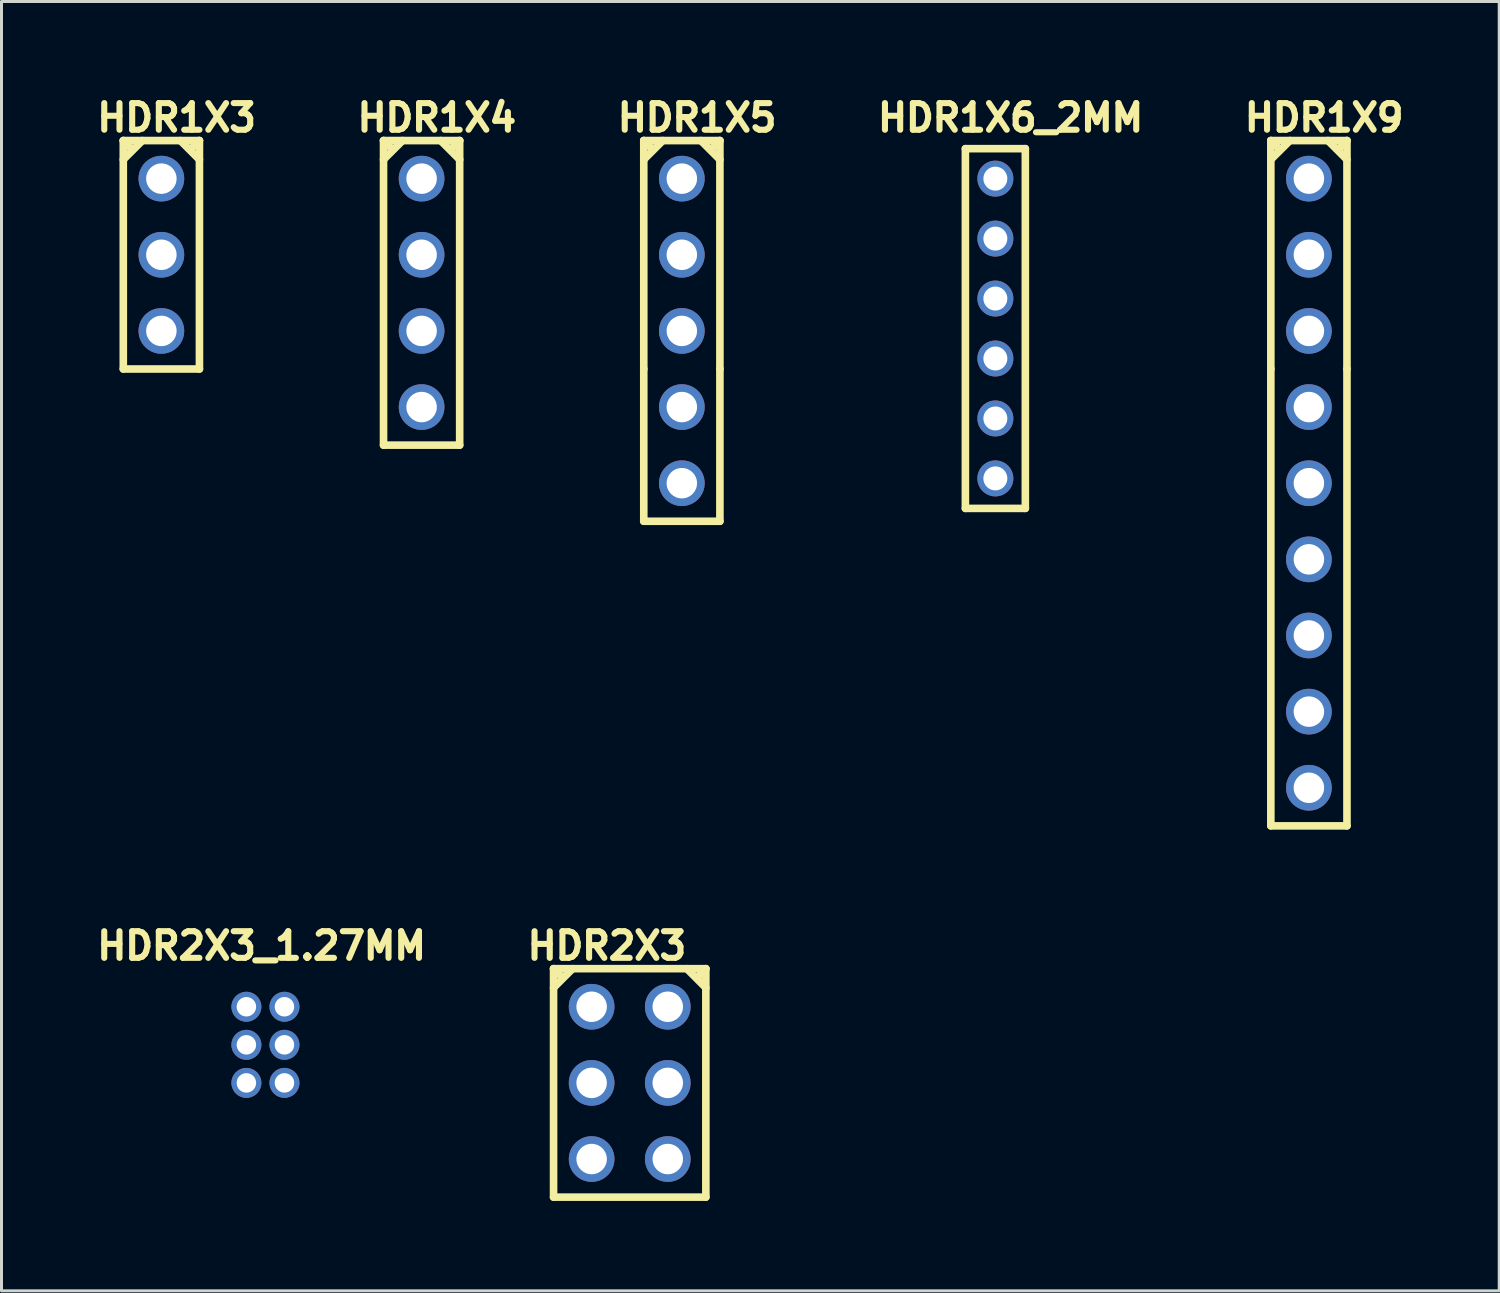
<source format=kicad_pcb>
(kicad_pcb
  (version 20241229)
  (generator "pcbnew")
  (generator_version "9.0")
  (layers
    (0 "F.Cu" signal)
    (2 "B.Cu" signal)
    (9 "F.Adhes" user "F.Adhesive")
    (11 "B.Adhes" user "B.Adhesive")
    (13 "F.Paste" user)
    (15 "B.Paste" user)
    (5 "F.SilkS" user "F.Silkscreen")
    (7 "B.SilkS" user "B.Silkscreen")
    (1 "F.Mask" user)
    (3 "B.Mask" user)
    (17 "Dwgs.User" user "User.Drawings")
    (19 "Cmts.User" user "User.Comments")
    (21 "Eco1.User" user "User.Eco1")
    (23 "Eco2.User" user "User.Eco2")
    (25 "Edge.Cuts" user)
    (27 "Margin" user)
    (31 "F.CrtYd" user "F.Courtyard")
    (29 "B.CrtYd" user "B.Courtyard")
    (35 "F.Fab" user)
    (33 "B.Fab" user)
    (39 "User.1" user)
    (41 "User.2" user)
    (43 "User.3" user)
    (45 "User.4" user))
  (footprint "HDR1X5"
    (layer "F.Cu")
    (at 19.695 2.909)
    (property "Reference" "HDR1X5" (at 0.508 -2.032 0) (layer "F.SilkS") (effects (font (size 0.889 0.889) (thickness 0.203))))
    (attr through_hole)
    (fp_line (start -1.27 -1.27) (end -1.27 6.35) (stroke (width 0.254) (type solid)) (layer "F.SilkS"))
    (fp_line (start -1.27 -1.27) (end -1.016 -1.016) (stroke (width 0.254) (type solid)) (layer "F.SilkS"))
    (fp_line (start -1.27 -0.635) (end -0.635 -1.27) (stroke (width 0.254) (type solid)) (layer "F.SilkS"))
    (fp_line (start -1.27 6.35) (end -1.27 11.43) (stroke (width 0.254) (type solid)) (layer "F.SilkS"))
    (fp_line (start -1.27 11.43) (end 1.27 11.43) (stroke (width 0.254) (type solid)) (layer "F.SilkS"))
    (fp_line (start 0.635 -1.27) (end 1.27 -0.635) (stroke (width 0.254) (type solid)) (layer "F.SilkS"))
    (fp_line (start 1.27 -1.27) (end -1.27 -1.27) (stroke (width 0.254) (type solid)) (layer "F.SilkS"))
    (fp_line (start 1.27 -1.27) (end 1.016 -1.016) (stroke (width 0.254) (type solid)) (layer "F.SilkS"))
    (fp_line (start 1.27 6.35) (end 1.27 -1.27) (stroke (width 0.254) (type solid)) (layer "F.SilkS"))
    (fp_line (start 1.27 11.43) (end 1.27 6.35) (stroke (width 0.254) (type solid)) (layer "F.SilkS"))
    (pad "1" thru_hole circle (at 0 0) (size 1.524 1.524) (drill 1.016) (layers "*.Cu" "*.Mask"))
    (pad "2" thru_hole circle (at 0 2.54) (size 1.524 1.524) (drill 1.016) (layers "*.Cu" "*.Mask"))
    (pad "3" thru_hole circle (at 0 5.08) (size 1.524 1.524) (drill 1.016) (layers "*.Cu" "*.Mask"))
    (pad "4" thru_hole circle (at 0 7.62) (size 1.524 1.524) (drill 1.016) (layers "*.Cu" "*.Mask"))
    (pad "5" thru_hole circle (at 0 10.16) (size 1.524 1.524) (drill 1.016) (layers "*.Cu" "*.Mask")))
  (footprint "HDR2X3_1.27MM"
    (layer "F.Cu")
    (at 5.169 30.534)
    (property "Reference" "HDR2X3_1.27MM" (at 0.508 -2.032 0) (layer "F.SilkS") (effects (font (size 0.889 0.889) (thickness 0.203))))
    (attr through_hole)
    (pad "1" thru_hole circle (at 0 0) (size 1 1) (drill 0.65) (layers "*.Cu" "*.Mask"))
    (pad "2" thru_hole circle (at 1.27 0) (size 1 1) (drill 0.65) (layers "*.Cu" "*.Mask"))
    (pad "3" thru_hole circle (at 0 1.27) (size 1 1) (drill 0.65) (layers "*.Cu" "*.Mask"))
    (pad "4" thru_hole circle (at 1.27 1.27) (size 1 1) (drill 0.65) (layers "*.Cu" "*.Mask"))
    (pad "5" thru_hole circle (at 0 2.54) (size 1 1) (drill 0.65) (layers "*.Cu" "*.Mask"))
    (pad "6" thru_hole circle (at 1.27 2.54) (size 1 1) (drill 0.65) (layers "*.Cu" "*.Mask")))
  (footprint "HDR1X6_2MM"
    (layer "F.Cu")
    (at 30.154 2.909)
    (property "Reference" "HDR1X6_2MM" (at 0.508 -2.032 0) (layer "F.SilkS") (effects (font (size 0.889 0.889) (thickness 0.203))))
    (attr through_hole)
    (fp_line (start -1 -1) (end -1 11) (stroke (width 0.254) (type solid)) (layer "F.SilkS"))
    (fp_line (start 1 -1) (end -1 -1) (stroke (width 0.254) (type solid)) (layer "F.SilkS"))
    (fp_line (start 1 -1) (end 1 11) (stroke (width 0.254) (type default)) (layer "F.SilkS"))
    (fp_line (start 1 11) (end -1 11) (stroke (width 0.254) (type default)) (layer "F.SilkS"))
    (pad "1" thru_hole circle (at 0 0) (size 1.2 1.2) (drill 0.8) (layers "*.Cu" "*.Mask"))
    (pad "2" thru_hole circle (at 0 2) (size 1.2 1.2) (drill 0.8) (layers "*.Cu" "*.Mask"))
    (pad "3" thru_hole circle (at 0 4) (size 1.2 1.2) (drill 0.8) (layers "*.Cu" "*.Mask"))
    (pad "4" thru_hole circle (at 0 6) (size 1.2 1.2) (drill 0.8) (layers "*.Cu" "*.Mask"))
    (pad "5" thru_hole circle (at 0 8) (size 1.2 1.2) (drill 0.8) (layers "*.Cu" "*.Mask"))
    (pad "6" thru_hole circle (at 0 10) (size 1.2 1.2) (drill 0.8) (layers "*.Cu" "*.Mask")))
  (footprint "HDR1X9"
    (layer "F.Cu")
    (at 40.613 2.909)
    (property "Reference" "HDR1X9" (at 0.508 -2.032 0) (layer "F.SilkS") (effects (font (size 0.889 0.889) (thickness 0.203))))
    (attr through_hole)
    (fp_line (start -1.27 -1.27) (end -1.27 6.35) (stroke (width 0.254) (type solid)) (layer "F.SilkS"))
    (fp_line (start -1.27 -1.27) (end -1.016 -1.016) (stroke (width 0.254) (type solid)) (layer "F.SilkS"))
    (fp_line (start -1.27 -0.635) (end -0.635 -1.27) (stroke (width 0.254) (type solid)) (layer "F.SilkS"))
    (fp_line (start -1.27 6.35) (end -1.27 21.59) (stroke (width 0.254) (type solid)) (layer "F.SilkS"))
    (fp_line (start -1.27 21.59) (end 1.27 21.59) (stroke (width 0.254) (type solid)) (layer "F.SilkS"))
    (fp_line (start 0.635 -1.27) (end 1.27 -0.635) (stroke (width 0.254) (type solid)) (layer "F.SilkS"))
    (fp_line (start 1.27 -1.27) (end -1.27 -1.27) (stroke (width 0.254) (type solid)) (layer "F.SilkS"))
    (fp_line (start 1.27 -1.27) (end 1.016 -1.016) (stroke (width 0.254) (type solid)) (layer "F.SilkS"))
    (fp_line (start 1.27 6.35) (end 1.27 -1.27) (stroke (width 0.254) (type solid)) (layer "F.SilkS"))
    (fp_line (start 1.27 21.59) (end 1.27 6.35) (stroke (width 0.254) (type solid)) (layer "F.SilkS"))
    (pad "1" thru_hole circle (at 0 0) (size 1.524 1.524) (drill 1.016) (layers "*.Cu" "*.Mask"))
    (pad "2" thru_hole circle (at 0 2.54) (size 1.524 1.524) (drill 1.016) (layers "*.Cu" "*.Mask"))
    (pad "3" thru_hole circle (at 0 5.08) (size 1.524 1.524) (drill 1.016) (layers "*.Cu" "*.Mask"))
    (pad "4" thru_hole circle (at 0 7.62) (size 1.524 1.524) (drill 1.016) (layers "*.Cu" "*.Mask"))
    (pad "5" thru_hole circle (at 0 10.16) (size 1.524 1.524) (drill 1.016) (layers "*.Cu" "*.Mask"))
    (pad "6" thru_hole circle (at 0 12.7) (size 1.524 1.524) (drill 1.016) (layers "*.Cu" "*.Mask"))
    (pad "7" thru_hole circle (at 0 15.24) (size 1.524 1.524) (drill 1.016) (layers "*.Cu" "*.Mask"))
    (pad "8" thru_hole circle (at 0 17.78) (size 1.524 1.524) (drill 1.016) (layers "*.Cu" "*.Mask"))
    (pad "9" thru_hole circle (at 0 20.32) (size 1.524 1.524) (drill 1.016) (layers "*.Cu" "*.Mask")))
  (footprint "HDR2X3"
    (layer "F.Cu")
    (at 16.686 30.534)
    (property "Reference" "HDR2X3" (at 0.508 -2.032 0) (layer "F.SilkS") (effects (font (size 0.889 0.889) (thickness 0.203))))
    (attr through_hole)
    (fp_line (start -1.27 -1.27) (end -1.27 6.35) (stroke (width 0.254) (type solid)) (layer "F.SilkS"))
    (fp_line (start -1.27 -1.27) (end -1.016 -1.016) (stroke (width 0.254) (type solid)) (layer "F.SilkS"))
    (fp_line (start -1.27 -0.635) (end -0.635 -1.27) (stroke (width 0.254) (type solid)) (layer "F.SilkS"))
    (fp_line (start -1.27 6.35) (end 3.81 6.35) (stroke (width 0.254) (type solid)) (layer "F.SilkS"))
    (fp_line (start 3.175 -1.27) (end 3.81 -0.635) (stroke (width 0.254) (type solid)) (layer "F.SilkS"))
    (fp_line (start 3.81 -1.27) (end -1.27 -1.27) (stroke (width 0.254) (type solid)) (layer "F.SilkS"))
    (fp_line (start 3.81 -1.27) (end 3.556 -1.016) (stroke (width 0.254) (type solid)) (layer "F.SilkS"))
    (fp_line (start 3.81 6.35) (end 3.81 -1.27) (stroke (width 0.254) (type solid)) (layer "F.SilkS"))
    (pad "1" thru_hole circle (at 0 0) (size 1.524 1.524) (drill 1.016) (layers "*.Cu" "*.Mask"))
    (pad "2" thru_hole circle (at 2.54 0) (size 1.524 1.524) (drill 1.016) (layers "*.Cu" "*.Mask"))
    (pad "3" thru_hole circle (at 0 2.54) (size 1.524 1.524) (drill 1.016) (layers "*.Cu" "*.Mask"))
    (pad "4" thru_hole circle (at 2.54 2.54) (size 1.524 1.524) (drill 1.016) (layers "*.Cu" "*.Mask"))
    (pad "5" thru_hole circle (at 0 5.08) (size 1.524 1.524) (drill 1.016) (layers "*.Cu" "*.Mask"))
    (pad "6" thru_hole circle (at 2.54 5.08) (size 1.524 1.524) (drill 1.016) (layers "*.Cu" "*.Mask")))
  (footprint "HDR1X3"
    (layer "F.Cu")
    (at 2.333 2.909)
    (property "Reference" "HDR1X3" (at 0.508 -2.032 0) (layer "F.SilkS") (effects (font (size 0.889 0.889) (thickness 0.203))))
    (attr through_hole)
    (fp_line (start -1.27 -1.27) (end -1.27 6.35) (stroke (width 0.254) (type solid)) (layer "F.SilkS"))
    (fp_line (start -1.27 -1.27) (end -1.016 -1.016) (stroke (width 0.254) (type solid)) (layer "F.SilkS"))
    (fp_line (start -1.27 -0.635) (end -0.635 -1.27) (stroke (width 0.254) (type solid)) (layer "F.SilkS"))
    (fp_line (start -1.27 6.35) (end 1.27 6.35) (stroke (width 0.254) (type solid)) (layer "F.SilkS"))
    (fp_line (start 0.635 -1.27) (end 1.27 -0.635) (stroke (width 0.254) (type solid)) (layer "F.SilkS"))
    (fp_line (start 1.27 -1.27) (end -1.27 -1.27) (stroke (width 0.254) (type solid)) (layer "F.SilkS"))
    (fp_line (start 1.27 -1.27) (end 1.016 -1.016) (stroke (width 0.254) (type solid)) (layer "F.SilkS"))
    (fp_line (start 1.27 6.35) (end 1.27 -1.27) (stroke (width 0.254) (type solid)) (layer "F.SilkS"))
    (pad "1" thru_hole circle (at 0 0) (size 1.524 1.524) (drill 1.016) (layers "*.Cu" "*.Mask"))
    (pad "2" thru_hole circle (at 0 2.54) (size 1.524 1.524) (drill 1.016) (layers "*.Cu" "*.Mask"))
    (pad "3" thru_hole circle (at 0 5.08) (size 1.524 1.524) (drill 1.016) (layers "*.Cu" "*.Mask")))
  (footprint "HDR1X4"
    (layer "F.Cu")
    (at 11.014 2.909)
    (property "Reference" "HDR1X4" (at 0.508 -2.032 0) (layer "F.SilkS") (effects (font (size 0.889 0.889) (thickness 0.203))))
    (attr through_hole)
    (fp_line (start -1.27 -1.27) (end -1.27 8.89) (stroke (width 0.254) (type solid)) (layer "F.SilkS"))
    (fp_line (start -1.27 -1.27) (end -1.016 -1.016) (stroke (width 0.254) (type solid)) (layer "F.SilkS"))
    (fp_line (start -1.27 -0.635) (end -0.635 -1.27) (stroke (width 0.254) (type solid)) (layer "F.SilkS"))
    (fp_line (start -1.27 8.89) (end 1.27 8.89) (stroke (width 0.254) (type solid)) (layer "F.SilkS"))
    (fp_line (start 0.635 -1.27) (end 1.27 -0.635) (stroke (width 0.254) (type solid)) (layer "F.SilkS"))
    (fp_line (start 1.27 -1.27) (end -1.27 -1.27) (stroke (width 0.254) (type solid)) (layer "F.SilkS"))
    (fp_line (start 1.27 -1.27) (end 1.016 -1.016) (stroke (width 0.254) (type solid)) (layer "F.SilkS"))
    (fp_line (start 1.27 8.89) (end 1.27 -1.27) (stroke (width 0.254) (type solid)) (layer "F.SilkS"))
    (pad "1" thru_hole circle (at 0 0) (size 1.524 1.524) (drill 1.016) (layers "*.Cu" "*.Mask"))
    (pad "2" thru_hole circle (at 0 2.54) (size 1.524 1.524) (drill 1.016) (layers "*.Cu" "*.Mask"))
    (pad "3" thru_hole circle (at 0 5.08) (size 1.524 1.524) (drill 1.016) (layers "*.Cu" "*.Mask"))
    (pad "4" thru_hole circle (at 0 7.62) (size 1.524 1.524) (drill 1.016) (layers "*.Cu" "*.Mask")))
  (gr_rect
    (start -3 -3)
    (end 46.962 40.011)
    (stroke (width 0.1) (type default))
    (fill no)
    (layer "Edge.Cuts")))
</source>
